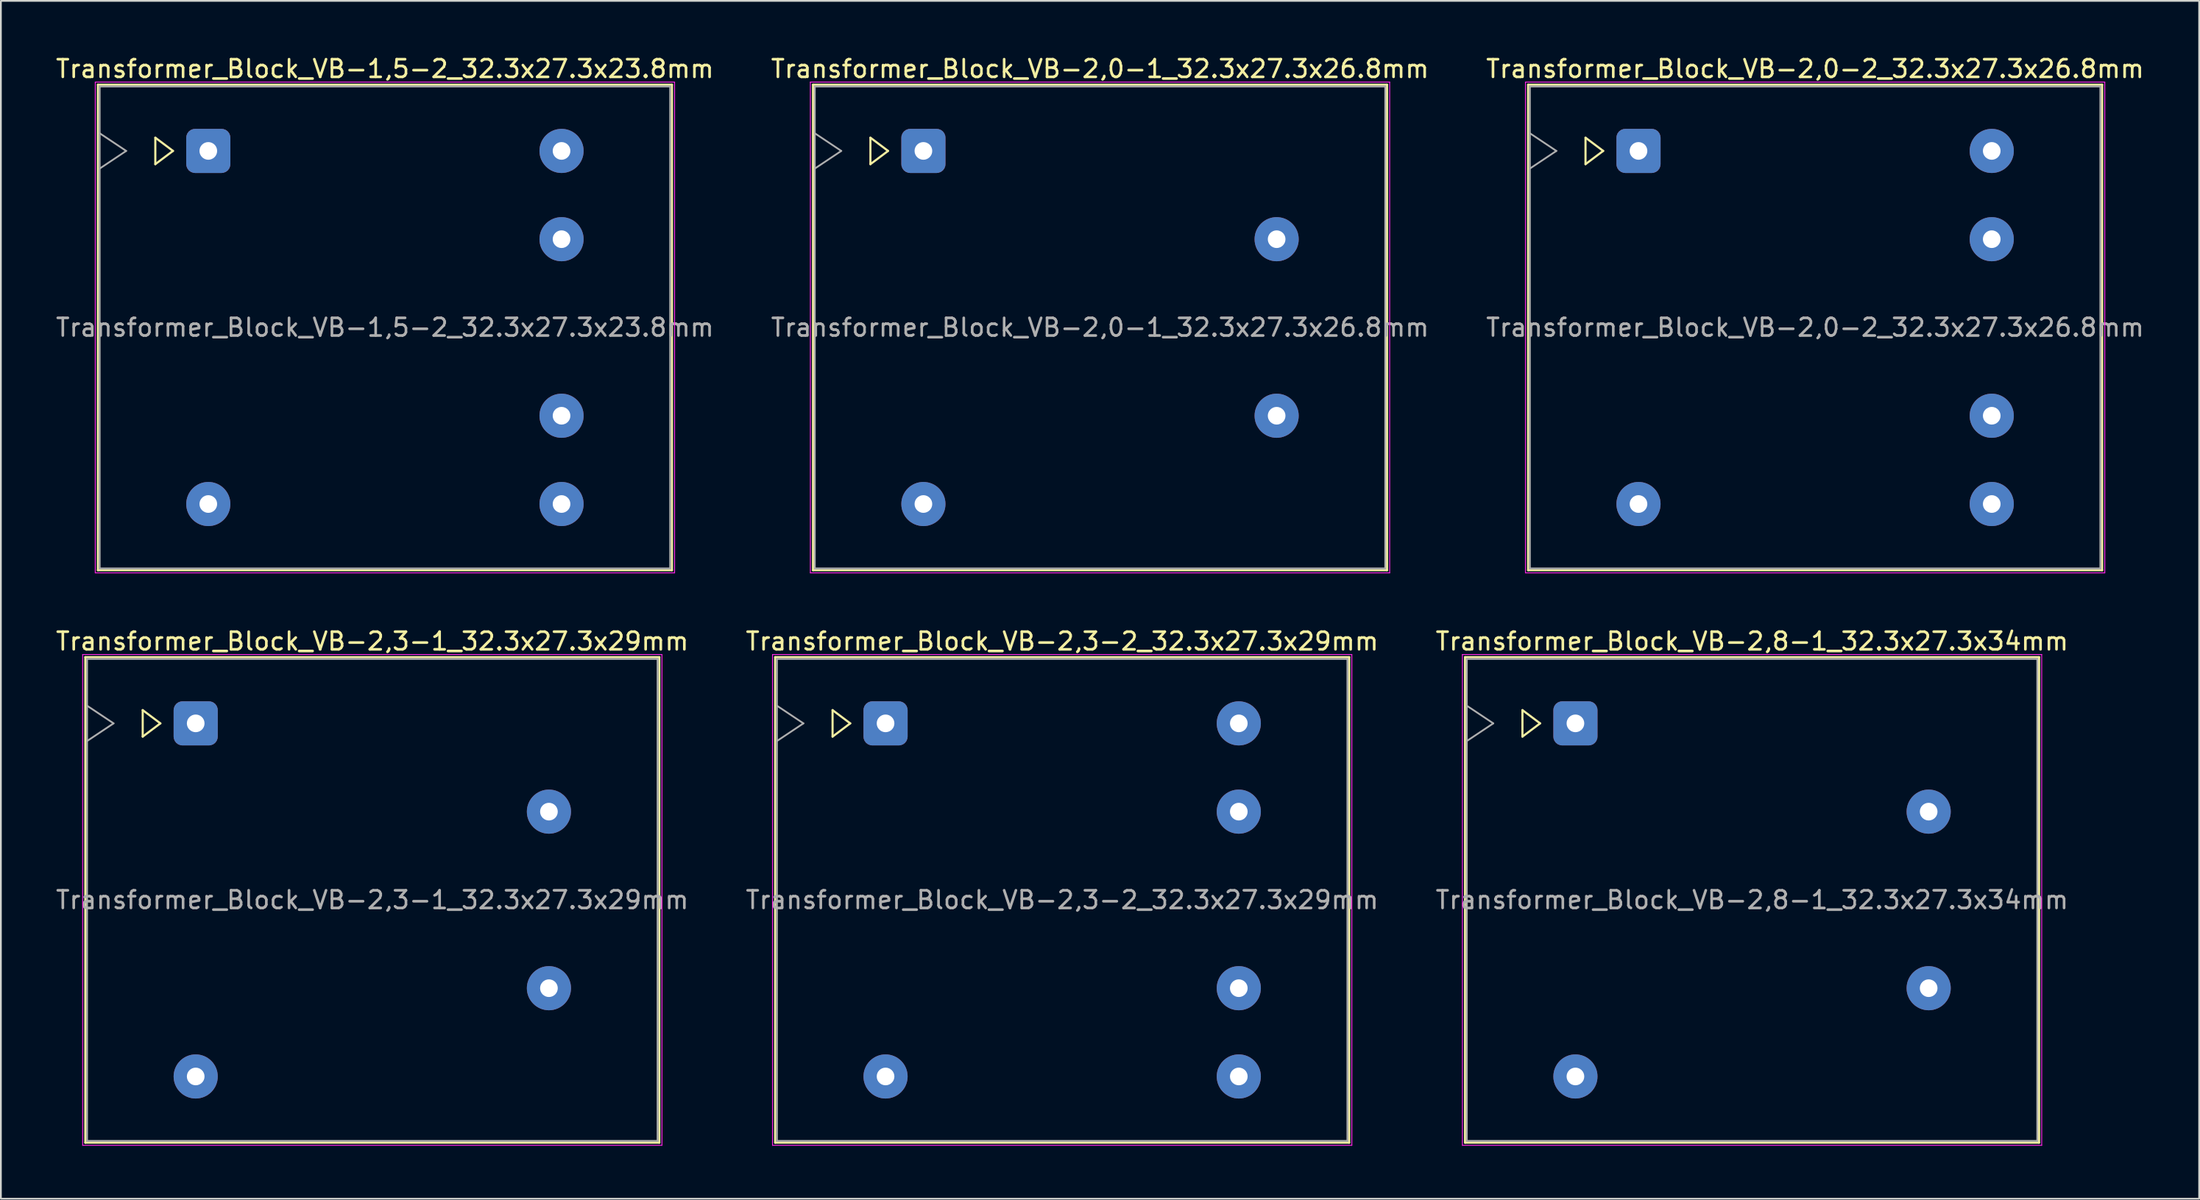
<source format=kicad_pcb>
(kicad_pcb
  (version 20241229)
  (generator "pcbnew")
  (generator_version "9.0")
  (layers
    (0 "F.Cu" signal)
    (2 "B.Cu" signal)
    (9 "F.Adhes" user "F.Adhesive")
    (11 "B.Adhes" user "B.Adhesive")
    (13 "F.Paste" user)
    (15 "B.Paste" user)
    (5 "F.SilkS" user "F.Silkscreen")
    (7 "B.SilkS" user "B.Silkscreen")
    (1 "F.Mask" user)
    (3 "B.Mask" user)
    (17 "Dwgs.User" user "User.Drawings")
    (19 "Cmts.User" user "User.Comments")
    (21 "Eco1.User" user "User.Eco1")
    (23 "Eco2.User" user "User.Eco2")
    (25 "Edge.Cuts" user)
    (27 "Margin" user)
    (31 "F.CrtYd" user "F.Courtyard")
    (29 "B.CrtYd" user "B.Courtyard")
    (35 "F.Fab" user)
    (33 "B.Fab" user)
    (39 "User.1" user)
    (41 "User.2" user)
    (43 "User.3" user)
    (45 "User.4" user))
  (footprint "Transformer_Block_VB-1,5-2_32.3x27.3x23.8mm"
    (layer "F.Cu")
    (at 8.744 5.498)
    (property "Reference" "Transformer_Block_VB-1,5-2_32.3x27.3x23.8mm" (at 10 -4.65 0) (layer "F.SilkS") (effects (font (size 1 1) (thickness 0.15))))
    (attr through_hole)
    (fp_line (start -6.25 -3.75) (end -6.25 23.75) (stroke (width 0.12) (type solid)) (layer "F.SilkS"))
    (fp_line (start -6.25 23.75) (end 26.25 23.75) (stroke (width 0.12) (type solid)) (layer "F.SilkS"))
    (fp_line (start -3 -0.75) (end -2 0) (stroke (width 0.12) (type solid)) (layer "F.SilkS"))
    (fp_line (start -3 0.75) (end -3 -0.75) (stroke (width 0.12) (type solid)) (layer "F.SilkS"))
    (fp_line (start -2 0) (end -3 0.75) (stroke (width 0.12) (type solid)) (layer "F.SilkS"))
    (fp_line (start 26.25 -3.75) (end -6.25 -3.75) (stroke (width 0.12) (type solid)) (layer "F.SilkS"))
    (fp_line (start 26.25 23.75) (end 26.25 -3.75) (stroke (width 0.12) (type solid)) (layer "F.SilkS"))
    (fp_line (start -6.4 -3.9) (end -6.4 23.9) (stroke (width 0.05) (type solid)) (layer "F.CrtYd"))
    (fp_line (start -6.4 23.9) (end 26.4 23.9) (stroke (width 0.05) (type solid)) (layer "F.CrtYd"))
    (fp_line (start 26.4 -3.9) (end -6.4 -3.9) (stroke (width 0.05) (type solid)) (layer "F.CrtYd"))
    (fp_line (start 26.4 23.9) (end 26.4 -3.9) (stroke (width 0.05) (type solid)) (layer "F.CrtYd"))
    (fp_line (start -6.15 -3.65) (end -6.15 23.65) (stroke (width 0.1) (type solid)) (layer "F.Fab"))
    (fp_line (start -6.15 -1) (end -4.65 0) (stroke (width 0.1) (type solid)) (layer "F.Fab"))
    (fp_line (start -6.15 23.65) (end 26.15 23.65) (stroke (width 0.1) (type solid)) (layer "F.Fab"))
    (fp_line (start -4.65 0) (end -6.15 1) (stroke (width 0.1) (type solid)) (layer "F.Fab"))
    (fp_line (start 26.15 -3.65) (end -6.15 -3.65) (stroke (width 0.1) (type solid)) (layer "F.Fab"))
    (fp_line (start 26.15 23.65) (end 26.15 -3.65) (stroke (width 0.1) (type solid)) (layer "F.Fab"))
    (fp_text user "${REFERENCE}" (at 10 10 0) (layer "F.Fab") (effects (font (size 1 1) (thickness 0.15))))
    (pad "1" thru_hole roundrect (at 0 0) (size 2.5 2.5) (drill 1) (layers "*.Cu" "*.Mask") (roundrect_rratio 0.2))
    (pad "2" thru_hole circle (at 0 20) (size 2.5 2.5) (drill 1) (layers "*.Cu" "*.Mask"))
    (pad "3" thru_hole circle (at 20 20) (size 2.5 2.5) (drill 1) (layers "*.Cu" "*.Mask"))
    (pad "4" thru_hole circle (at 20 15) (size 2.5 2.5) (drill 1) (layers "*.Cu" "*.Mask"))
    (pad "5" thru_hole circle (at 20 5) (size 2.5 2.5) (drill 1) (layers "*.Cu" "*.Mask"))
    (pad "6" thru_hole circle (at 20 0) (size 2.5 2.5) (drill 1) (layers "*.Cu" "*.Mask")))
  (footprint "Transformer_Block_VB-2,3-2_32.3x27.3x29mm"
    (layer "F.Cu")
    (at 47.089 37.922)
    (property "Reference" "Transformer_Block_VB-2,3-2_32.3x27.3x29mm" (at 10 -4.65 0) (layer "F.SilkS") (effects (font (size 1 1) (thickness 0.15))))
    (attr through_hole)
    (fp_line (start -6.25 -3.75) (end -6.25 23.75) (stroke (width 0.12) (type solid)) (layer "F.SilkS"))
    (fp_line (start -6.25 23.75) (end 26.25 23.75) (stroke (width 0.12) (type solid)) (layer "F.SilkS"))
    (fp_line (start -3 -0.75) (end -2 0) (stroke (width 0.12) (type solid)) (layer "F.SilkS"))
    (fp_line (start -3 0.75) (end -3 -0.75) (stroke (width 0.12) (type solid)) (layer "F.SilkS"))
    (fp_line (start -2 0) (end -3 0.75) (stroke (width 0.12) (type solid)) (layer "F.SilkS"))
    (fp_line (start 26.25 -3.75) (end -6.25 -3.75) (stroke (width 0.12) (type solid)) (layer "F.SilkS"))
    (fp_line (start 26.25 23.75) (end 26.25 -3.75) (stroke (width 0.12) (type solid)) (layer "F.SilkS"))
    (fp_line (start -6.4 -3.9) (end -6.4 23.9) (stroke (width 0.05) (type solid)) (layer "F.CrtYd"))
    (fp_line (start -6.4 23.9) (end 26.4 23.9) (stroke (width 0.05) (type solid)) (layer "F.CrtYd"))
    (fp_line (start 26.4 -3.9) (end -6.4 -3.9) (stroke (width 0.05) (type solid)) (layer "F.CrtYd"))
    (fp_line (start 26.4 23.9) (end 26.4 -3.9) (stroke (width 0.05) (type solid)) (layer "F.CrtYd"))
    (fp_line (start -6.15 -3.65) (end -6.15 23.65) (stroke (width 0.1) (type solid)) (layer "F.Fab"))
    (fp_line (start -6.15 -1) (end -4.65 0) (stroke (width 0.1) (type solid)) (layer "F.Fab"))
    (fp_line (start -6.15 23.65) (end 26.15 23.65) (stroke (width 0.1) (type solid)) (layer "F.Fab"))
    (fp_line (start -4.65 0) (end -6.15 1) (stroke (width 0.1) (type solid)) (layer "F.Fab"))
    (fp_line (start 26.15 -3.65) (end -6.15 -3.65) (stroke (width 0.1) (type solid)) (layer "F.Fab"))
    (fp_line (start 26.15 23.65) (end 26.15 -3.65) (stroke (width 0.1) (type solid)) (layer "F.Fab"))
    (fp_text user "${REFERENCE}" (at 10 10 0) (layer "F.Fab") (effects (font (size 1 1) (thickness 0.15))))
    (pad "1" thru_hole roundrect (at 0 0) (size 2.5 2.5) (drill 1) (layers "*.Cu" "*.Mask") (roundrect_rratio 0.2))
    (pad "2" thru_hole circle (at 0 20) (size 2.5 2.5) (drill 1) (layers "*.Cu" "*.Mask"))
    (pad "3" thru_hole circle (at 20 20) (size 2.5 2.5) (drill 1) (layers "*.Cu" "*.Mask"))
    (pad "4" thru_hole circle (at 20 15) (size 2.5 2.5) (drill 1) (layers "*.Cu" "*.Mask"))
    (pad "5" thru_hole circle (at 20 5) (size 2.5 2.5) (drill 1) (layers "*.Cu" "*.Mask"))
    (pad "6" thru_hole circle (at 20 0) (size 2.5 2.5) (drill 1) (layers "*.Cu" "*.Mask")))
  (footprint "Transformer_Block_VB-2,8-1_32.3x27.3x34mm"
    (layer "F.Cu")
    (at 86.149 37.922)
    (property "Reference" "Transformer_Block_VB-2,8-1_32.3x27.3x34mm" (at 10 -4.65 0) (layer "F.SilkS") (effects (font (size 1 1) (thickness 0.15))))
    (attr through_hole)
    (fp_line (start -6.25 -3.75) (end -6.25 23.75) (stroke (width 0.12) (type solid)) (layer "F.SilkS"))
    (fp_line (start -6.25 23.75) (end 26.25 23.75) (stroke (width 0.12) (type solid)) (layer "F.SilkS"))
    (fp_line (start -3 -0.75) (end -2 0) (stroke (width 0.12) (type solid)) (layer "F.SilkS"))
    (fp_line (start -3 0.75) (end -3 -0.75) (stroke (width 0.12) (type solid)) (layer "F.SilkS"))
    (fp_line (start -2 0) (end -3 0.75) (stroke (width 0.12) (type solid)) (layer "F.SilkS"))
    (fp_line (start 26.25 -3.75) (end -6.25 -3.75) (stroke (width 0.12) (type solid)) (layer "F.SilkS"))
    (fp_line (start 26.25 23.75) (end 26.25 -3.75) (stroke (width 0.12) (type solid)) (layer "F.SilkS"))
    (fp_line (start -6.4 -3.9) (end -6.4 23.9) (stroke (width 0.05) (type solid)) (layer "F.CrtYd"))
    (fp_line (start -6.4 23.9) (end 26.4 23.9) (stroke (width 0.05) (type solid)) (layer "F.CrtYd"))
    (fp_line (start 26.4 -3.9) (end -6.4 -3.9) (stroke (width 0.05) (type solid)) (layer "F.CrtYd"))
    (fp_line (start 26.4 23.9) (end 26.4 -3.9) (stroke (width 0.05) (type solid)) (layer "F.CrtYd"))
    (fp_line (start -6.15 -3.65) (end -6.15 23.65) (stroke (width 0.1) (type solid)) (layer "F.Fab"))
    (fp_line (start -6.15 -1) (end -4.65 0) (stroke (width 0.1) (type solid)) (layer "F.Fab"))
    (fp_line (start -6.15 23.65) (end 26.15 23.65) (stroke (width 0.1) (type solid)) (layer "F.Fab"))
    (fp_line (start -4.65 0) (end -6.15 1) (stroke (width 0.1) (type solid)) (layer "F.Fab"))
    (fp_line (start 26.15 -3.65) (end -6.15 -3.65) (stroke (width 0.1) (type solid)) (layer "F.Fab"))
    (fp_line (start 26.15 23.65) (end 26.15 -3.65) (stroke (width 0.1) (type solid)) (layer "F.Fab"))
    (fp_text user "${REFERENCE}" (at 10 10 0) (layer "F.Fab") (effects (font (size 1 1) (thickness 0.15))))
    (pad "1" thru_hole roundrect (at 0 0) (size 2.5 2.5) (drill 1) (layers "*.Cu" "*.Mask") (roundrect_rratio 0.2))
    (pad "2" thru_hole circle (at 0 20) (size 2.5 2.5) (drill 1) (layers "*.Cu" "*.Mask"))
    (pad "3" thru_hole circle (at 20 15) (size 2.5 2.5) (drill 1) (layers "*.Cu" "*.Mask"))
    (pad "4" thru_hole circle (at 20 5) (size 2.5 2.5) (drill 1) (layers "*.Cu" "*.Mask")))
  (footprint "Transformer_Block_VB-2,0-1_32.3x27.3x26.8mm"
    (layer "F.Cu")
    (at 49.232 5.498)
    (property "Reference" "Transformer_Block_VB-2,0-1_32.3x27.3x26.8mm" (at 10 -4.65 0) (layer "F.SilkS") (effects (font (size 1 1) (thickness 0.15))))
    (attr through_hole)
    (fp_line (start -6.25 -3.75) (end -6.25 23.75) (stroke (width 0.12) (type solid)) (layer "F.SilkS"))
    (fp_line (start -6.25 23.75) (end 26.25 23.75) (stroke (width 0.12) (type solid)) (layer "F.SilkS"))
    (fp_line (start -3 -0.75) (end -2 0) (stroke (width 0.12) (type solid)) (layer "F.SilkS"))
    (fp_line (start -3 0.75) (end -3 -0.75) (stroke (width 0.12) (type solid)) (layer "F.SilkS"))
    (fp_line (start -2 0) (end -3 0.75) (stroke (width 0.12) (type solid)) (layer "F.SilkS"))
    (fp_line (start 26.25 -3.75) (end -6.25 -3.75) (stroke (width 0.12) (type solid)) (layer "F.SilkS"))
    (fp_line (start 26.25 23.75) (end 26.25 -3.75) (stroke (width 0.12) (type solid)) (layer "F.SilkS"))
    (fp_line (start -6.4 -3.9) (end -6.4 23.9) (stroke (width 0.05) (type solid)) (layer "F.CrtYd"))
    (fp_line (start -6.4 23.9) (end 26.4 23.9) (stroke (width 0.05) (type solid)) (layer "F.CrtYd"))
    (fp_line (start 26.4 -3.9) (end -6.4 -3.9) (stroke (width 0.05) (type solid)) (layer "F.CrtYd"))
    (fp_line (start 26.4 23.9) (end 26.4 -3.9) (stroke (width 0.05) (type solid)) (layer "F.CrtYd"))
    (fp_line (start -6.15 -3.65) (end -6.15 23.65) (stroke (width 0.1) (type solid)) (layer "F.Fab"))
    (fp_line (start -6.15 -1) (end -4.65 0) (stroke (width 0.1) (type solid)) (layer "F.Fab"))
    (fp_line (start -6.15 23.65) (end 26.15 23.65) (stroke (width 0.1) (type solid)) (layer "F.Fab"))
    (fp_line (start -4.65 0) (end -6.15 1) (stroke (width 0.1) (type solid)) (layer "F.Fab"))
    (fp_line (start 26.15 -3.65) (end -6.15 -3.65) (stroke (width 0.1) (type solid)) (layer "F.Fab"))
    (fp_line (start 26.15 23.65) (end 26.15 -3.65) (stroke (width 0.1) (type solid)) (layer "F.Fab"))
    (fp_text user "${REFERENCE}" (at 10 10 0) (layer "F.Fab") (effects (font (size 1 1) (thickness 0.15))))
    (pad "1" thru_hole roundrect (at 0 0) (size 2.5 2.5) (drill 1) (layers "*.Cu" "*.Mask") (roundrect_rratio 0.2))
    (pad "2" thru_hole circle (at 0 20) (size 2.5 2.5) (drill 1) (layers "*.Cu" "*.Mask"))
    (pad "3" thru_hole circle (at 20 15) (size 2.5 2.5) (drill 1) (layers "*.Cu" "*.Mask"))
    (pad "4" thru_hole circle (at 20 5) (size 2.5 2.5) (drill 1) (layers "*.Cu" "*.Mask")))
  (footprint "Transformer_Block_VB-2,0-2_32.3x27.3x26.8mm"
    (layer "F.Cu")
    (at 89.72 5.498)
    (property "Reference" "Transformer_Block_VB-2,0-2_32.3x27.3x26.8mm" (at 10 -4.65 0) (layer "F.SilkS") (effects (font (size 1 1) (thickness 0.15))))
    (attr through_hole)
    (fp_line (start -6.25 -3.75) (end -6.25 23.75) (stroke (width 0.12) (type solid)) (layer "F.SilkS"))
    (fp_line (start -6.25 23.75) (end 26.25 23.75) (stroke (width 0.12) (type solid)) (layer "F.SilkS"))
    (fp_line (start -3 -0.75) (end -2 0) (stroke (width 0.12) (type solid)) (layer "F.SilkS"))
    (fp_line (start -3 0.75) (end -3 -0.75) (stroke (width 0.12) (type solid)) (layer "F.SilkS"))
    (fp_line (start -2 0) (end -3 0.75) (stroke (width 0.12) (type solid)) (layer "F.SilkS"))
    (fp_line (start 26.25 -3.75) (end -6.25 -3.75) (stroke (width 0.12) (type solid)) (layer "F.SilkS"))
    (fp_line (start 26.25 23.75) (end 26.25 -3.75) (stroke (width 0.12) (type solid)) (layer "F.SilkS"))
    (fp_line (start -6.4 -3.9) (end -6.4 23.9) (stroke (width 0.05) (type solid)) (layer "F.CrtYd"))
    (fp_line (start -6.4 23.9) (end 26.4 23.9) (stroke (width 0.05) (type solid)) (layer "F.CrtYd"))
    (fp_line (start 26.4 -3.9) (end -6.4 -3.9) (stroke (width 0.05) (type solid)) (layer "F.CrtYd"))
    (fp_line (start 26.4 23.9) (end 26.4 -3.9) (stroke (width 0.05) (type solid)) (layer "F.CrtYd"))
    (fp_line (start -6.15 -3.65) (end -6.15 23.65) (stroke (width 0.1) (type solid)) (layer "F.Fab"))
    (fp_line (start -6.15 -1) (end -4.65 0) (stroke (width 0.1) (type solid)) (layer "F.Fab"))
    (fp_line (start -6.15 23.65) (end 26.15 23.65) (stroke (width 0.1) (type solid)) (layer "F.Fab"))
    (fp_line (start -4.65 0) (end -6.15 1) (stroke (width 0.1) (type solid)) (layer "F.Fab"))
    (fp_line (start 26.15 -3.65) (end -6.15 -3.65) (stroke (width 0.1) (type solid)) (layer "F.Fab"))
    (fp_line (start 26.15 23.65) (end 26.15 -3.65) (stroke (width 0.1) (type solid)) (layer "F.Fab"))
    (fp_text user "${REFERENCE}" (at 10 10 0) (layer "F.Fab") (effects (font (size 1 1) (thickness 0.15))))
    (pad "1" thru_hole roundrect (at 0 0) (size 2.5 2.5) (drill 1) (layers "*.Cu" "*.Mask") (roundrect_rratio 0.2))
    (pad "2" thru_hole circle (at 0 20) (size 2.5 2.5) (drill 1) (layers "*.Cu" "*.Mask"))
    (pad "3" thru_hole circle (at 20 20) (size 2.5 2.5) (drill 1) (layers "*.Cu" "*.Mask"))
    (pad "4" thru_hole circle (at 20 15) (size 2.5 2.5) (drill 1) (layers "*.Cu" "*.Mask"))
    (pad "5" thru_hole circle (at 20 5) (size 2.5 2.5) (drill 1) (layers "*.Cu" "*.Mask"))
    (pad "6" thru_hole circle (at 20 0) (size 2.5 2.5) (drill 1) (layers "*.Cu" "*.Mask")))
  (footprint "Transformer_Block_VB-2,3-1_32.3x27.3x29mm"
    (layer "F.Cu")
    (at 8.03 37.922)
    (property "Reference" "Transformer_Block_VB-2,3-1_32.3x27.3x29mm" (at 10 -4.65 0) (layer "F.SilkS") (effects (font (size 1 1) (thickness 0.15))))
    (attr through_hole)
    (fp_line (start -6.25 -3.75) (end -6.25 23.75) (stroke (width 0.12) (type solid)) (layer "F.SilkS"))
    (fp_line (start -6.25 23.75) (end 26.25 23.75) (stroke (width 0.12) (type solid)) (layer "F.SilkS"))
    (fp_line (start -3 -0.75) (end -2 0) (stroke (width 0.12) (type solid)) (layer "F.SilkS"))
    (fp_line (start -3 0.75) (end -3 -0.75) (stroke (width 0.12) (type solid)) (layer "F.SilkS"))
    (fp_line (start -2 0) (end -3 0.75) (stroke (width 0.12) (type solid)) (layer "F.SilkS"))
    (fp_line (start 26.25 -3.75) (end -6.25 -3.75) (stroke (width 0.12) (type solid)) (layer "F.SilkS"))
    (fp_line (start 26.25 23.75) (end 26.25 -3.75) (stroke (width 0.12) (type solid)) (layer "F.SilkS"))
    (fp_line (start -6.4 -3.9) (end -6.4 23.9) (stroke (width 0.05) (type solid)) (layer "F.CrtYd"))
    (fp_line (start -6.4 23.9) (end 26.4 23.9) (stroke (width 0.05) (type solid)) (layer "F.CrtYd"))
    (fp_line (start 26.4 -3.9) (end -6.4 -3.9) (stroke (width 0.05) (type solid)) (layer "F.CrtYd"))
    (fp_line (start 26.4 23.9) (end 26.4 -3.9) (stroke (width 0.05) (type solid)) (layer "F.CrtYd"))
    (fp_line (start -6.15 -3.65) (end -6.15 23.65) (stroke (width 0.1) (type solid)) (layer "F.Fab"))
    (fp_line (start -6.15 -1) (end -4.65 0) (stroke (width 0.1) (type solid)) (layer "F.Fab"))
    (fp_line (start -6.15 23.65) (end 26.15 23.65) (stroke (width 0.1) (type solid)) (layer "F.Fab"))
    (fp_line (start -4.65 0) (end -6.15 1) (stroke (width 0.1) (type solid)) (layer "F.Fab"))
    (fp_line (start 26.15 -3.65) (end -6.15 -3.65) (stroke (width 0.1) (type solid)) (layer "F.Fab"))
    (fp_line (start 26.15 23.65) (end 26.15 -3.65) (stroke (width 0.1) (type solid)) (layer "F.Fab"))
    (fp_text user "${REFERENCE}" (at 10 10 0) (layer "F.Fab") (effects (font (size 1 1) (thickness 0.15))))
    (pad "1" thru_hole roundrect (at 0 0) (size 2.5 2.5) (drill 1) (layers "*.Cu" "*.Mask") (roundrect_rratio 0.2))
    (pad "2" thru_hole circle (at 0 20) (size 2.5 2.5) (drill 1) (layers "*.Cu" "*.Mask"))
    (pad "3" thru_hole circle (at 20 15) (size 2.5 2.5) (drill 1) (layers "*.Cu" "*.Mask"))
    (pad "4" thru_hole circle (at 20 5) (size 2.5 2.5) (drill 1) (layers "*.Cu" "*.Mask")))
  (gr_rect
    (start -3 -3)
    (end 121.464 64.847)
    (stroke (width 0.1) (type default))
    (fill no)
    (layer "Edge.Cuts")))
</source>
